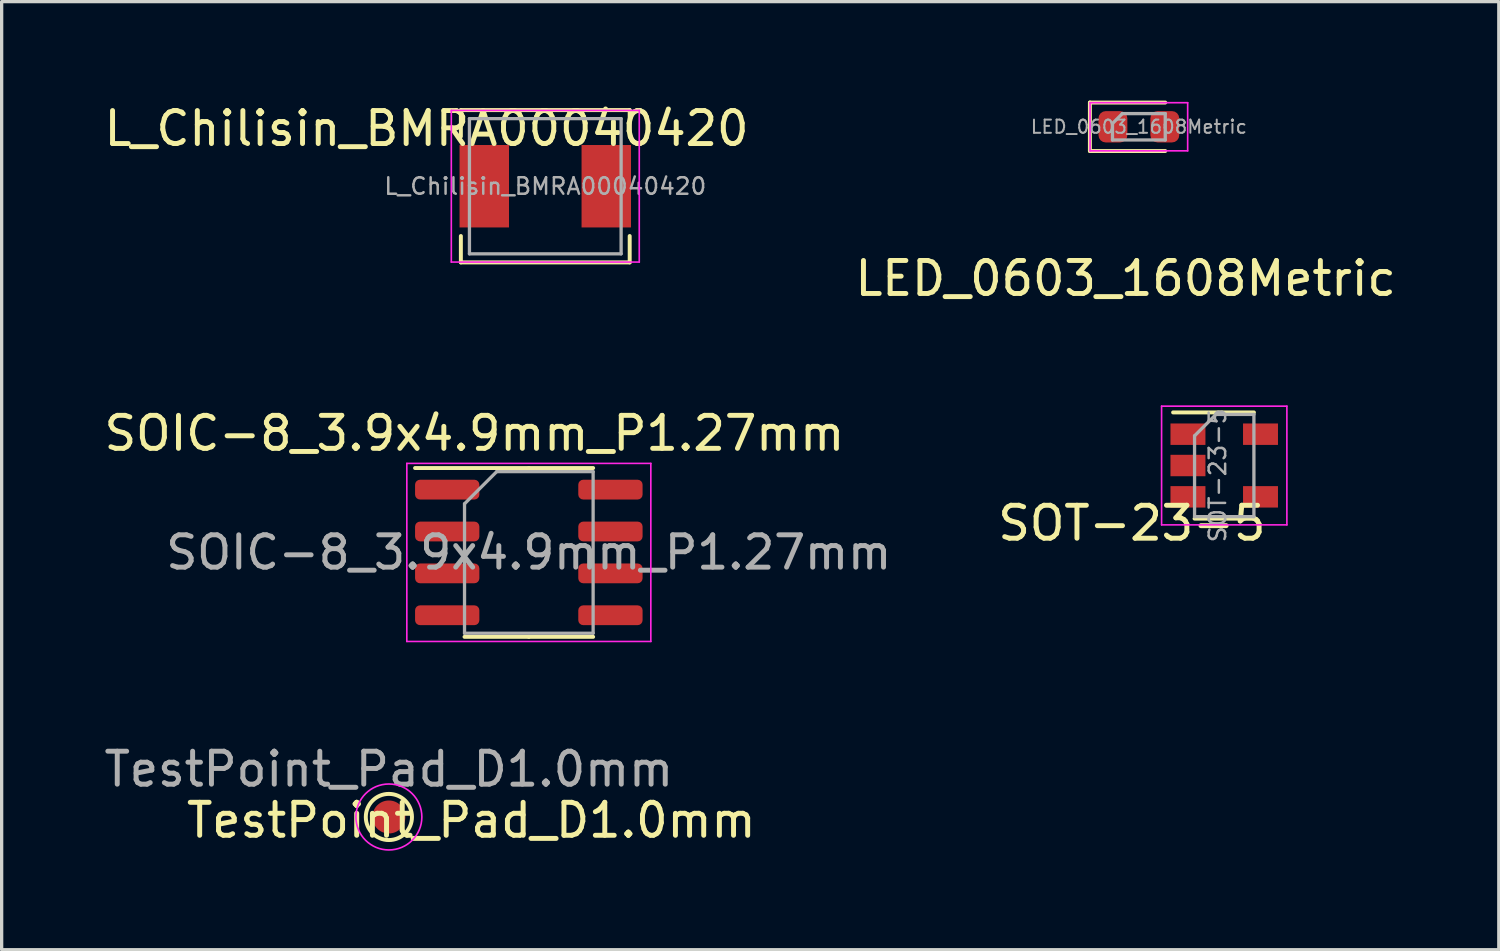
<source format=kicad_pcb>
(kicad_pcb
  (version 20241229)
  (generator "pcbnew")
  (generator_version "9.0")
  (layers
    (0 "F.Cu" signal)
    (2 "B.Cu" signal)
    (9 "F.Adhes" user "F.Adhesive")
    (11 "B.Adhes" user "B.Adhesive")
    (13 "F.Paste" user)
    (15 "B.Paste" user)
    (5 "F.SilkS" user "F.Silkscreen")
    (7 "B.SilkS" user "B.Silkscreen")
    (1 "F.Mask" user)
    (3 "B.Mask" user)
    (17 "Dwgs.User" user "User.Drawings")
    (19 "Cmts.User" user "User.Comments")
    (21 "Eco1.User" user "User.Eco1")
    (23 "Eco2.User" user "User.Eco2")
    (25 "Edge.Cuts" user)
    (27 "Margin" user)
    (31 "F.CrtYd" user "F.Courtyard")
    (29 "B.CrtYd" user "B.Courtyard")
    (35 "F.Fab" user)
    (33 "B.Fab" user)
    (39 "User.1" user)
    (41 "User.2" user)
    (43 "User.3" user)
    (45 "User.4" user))
  (footprint "LED_0603_1608Metric"
    (layer "F.Cu")
    (at 31.489 0.795)
    (property "Reference" "LED_0603_1608Metric" (at -0.4 4.6 0) (layer "F.SilkS") (effects (font (size 1 1) (thickness 0.15))))
    (attr smd)
    (fp_line (start -1.485 -0.735) (end -1.485 0.735) (stroke (width 0.12) (type solid)) (layer "F.SilkS"))
    (fp_line (start -1.485 0.735) (end 0.8 0.735) (stroke (width 0.12) (type solid)) (layer "F.SilkS"))
    (fp_line (start 0.8 -0.735) (end -1.485 -0.735) (stroke (width 0.12) (type solid)) (layer "F.SilkS"))
    (fp_line (start -1.48 -0.73) (end 1.48 -0.73) (stroke (width 0.05) (type solid)) (layer "F.CrtYd"))
    (fp_line (start -1.48 0.73) (end -1.48 -0.73) (stroke (width 0.05) (type solid)) (layer "F.CrtYd"))
    (fp_line (start 1.48 -0.73) (end 1.48 0.73) (stroke (width 0.05) (type solid)) (layer "F.CrtYd"))
    (fp_line (start 1.48 0.73) (end -1.48 0.73) (stroke (width 0.05) (type solid)) (layer "F.CrtYd"))
    (fp_line (start -0.8 -0.1) (end -0.8 0.4) (stroke (width 0.1) (type solid)) (layer "F.Fab"))
    (fp_line (start -0.8 0.4) (end 0.8 0.4) (stroke (width 0.1) (type solid)) (layer "F.Fab"))
    (fp_line (start -0.5 -0.4) (end -0.8 -0.1) (stroke (width 0.1) (type solid)) (layer "F.Fab"))
    (fp_line (start 0.8 -0.4) (end -0.5 -0.4) (stroke (width 0.1) (type solid)) (layer "F.Fab"))
    (fp_line (start 0.8 0.4) (end 0.8 -0.4) (stroke (width 0.1) (type solid)) (layer "F.Fab"))
    (fp_text user "${REFERENCE}" (at 0 0 0) (layer "F.Fab") (effects (font (size 0.4 0.4) (thickness 0.06))))
    (pad "1" smd roundrect (at -0.787 0) (size 0.875 0.95) (layers "F.Cu" "F.Mask" "F.Paste") (roundrect_rratio 0.25))
    (pad "2" smd roundrect (at 0.787 0) (size 0.875 0.95) (layers "F.Cu" "F.Mask" "F.Paste") (roundrect_rratio 0.25)))
  (footprint "SOIC-8_3.9x4.9mm_P1.27mm"
    (layer "F.Cu")
    (at 12.988 13.704)
    (property "Reference" "SOIC-8_3.9x4.9mm_P1.27mm" (at -1.649 -3.612 0) (layer "F.SilkS") (effects (font (size 1 1) (thickness 0.15))))
    (attr smd)
    (fp_line (start 0 -2.56) (end -3.45 -2.56) (stroke (width 0.12) (type solid)) (layer "F.SilkS"))
    (fp_line (start 0 -2.56) (end 1.95 -2.56) (stroke (width 0.12) (type solid)) (layer "F.SilkS"))
    (fp_line (start 0 2.56) (end -1.95 2.56) (stroke (width 0.12) (type solid)) (layer "F.SilkS"))
    (fp_line (start 0 2.56) (end 1.95 2.56) (stroke (width 0.12) (type solid)) (layer "F.SilkS"))
    (fp_line (start -3.7 -2.7) (end -3.7 2.7) (stroke (width 0.05) (type solid)) (layer "F.CrtYd"))
    (fp_line (start -3.7 2.7) (end 3.7 2.7) (stroke (width 0.05) (type solid)) (layer "F.CrtYd"))
    (fp_line (start 3.7 -2.7) (end -3.7 -2.7) (stroke (width 0.05) (type solid)) (layer "F.CrtYd"))
    (fp_line (start 3.7 2.7) (end 3.7 -2.7) (stroke (width 0.05) (type solid)) (layer "F.CrtYd"))
    (fp_line (start -1.95 -1.475) (end -0.975 -2.45) (stroke (width 0.1) (type solid)) (layer "F.Fab"))
    (fp_line (start -1.95 2.45) (end -1.95 -1.475) (stroke (width 0.1) (type solid)) (layer "F.Fab"))
    (fp_line (start -0.975 -2.45) (end 1.95 -2.45) (stroke (width 0.1) (type solid)) (layer "F.Fab"))
    (fp_line (start 1.95 -2.45) (end 1.95 2.45) (stroke (width 0.1) (type solid)) (layer "F.Fab"))
    (fp_line (start 1.95 2.45) (end -1.95 2.45) (stroke (width 0.1) (type solid)) (layer "F.Fab"))
    (fp_text user "${REFERENCE}" (at 0 0 0) (layer "F.Fab") (effects (font (size 0.98 0.98) (thickness 0.15))))
    (pad "1" smd roundrect (at -2.475 -1.905) (size 1.95 0.6) (layers "F.Cu" "F.Mask" "F.Paste") (roundrect_rratio 0.25))
    (pad "2" smd roundrect (at -2.475 -0.635) (size 1.95 0.6) (layers "F.Cu" "F.Mask" "F.Paste") (roundrect_rratio 0.25))
    (pad "3" smd roundrect (at -2.475 0.635) (size 1.95 0.6) (layers "F.Cu" "F.Mask" "F.Paste") (roundrect_rratio 0.25))
    (pad "4" smd roundrect (at -2.475 1.905) (size 1.95 0.6) (layers "F.Cu" "F.Mask" "F.Paste") (roundrect_rratio 0.25))
    (pad "5" smd roundrect (at 2.475 1.905) (size 1.95 0.6) (layers "F.Cu" "F.Mask" "F.Paste") (roundrect_rratio 0.25))
    (pad "6" smd roundrect (at 2.475 0.635) (size 1.95 0.6) (layers "F.Cu" "F.Mask" "F.Paste") (roundrect_rratio 0.25))
    (pad "7" smd roundrect (at 2.475 -0.635) (size 1.95 0.6) (layers "F.Cu" "F.Mask" "F.Paste") (roundrect_rratio 0.25))
    (pad "8" smd roundrect (at 2.475 -1.905) (size 1.95 0.6) (layers "F.Cu" "F.Mask" "F.Paste") (roundrect_rratio 0.25)))
  (footprint "SOT-23-5"
    (layer "F.Cu")
    (at 34.078 11.068)
    (property "Reference" "SOT-23-5" (at -2.8 1.75 180) (layer "F.SilkS") (effects (font (size 1 1) (thickness 0.15))))
    (attr smd)
    (fp_line (start -0.9 1.61) (end 0.9 1.61) (stroke (width 0.12) (type solid)) (layer "F.SilkS"))
    (fp_line (start 0.9 -1.61) (end -1.55 -1.61) (stroke (width 0.12) (type solid)) (layer "F.SilkS"))
    (fp_line (start -1.9 -1.8) (end 1.9 -1.8) (stroke (width 0.05) (type solid)) (layer "F.CrtYd"))
    (fp_line (start -1.9 1.8) (end -1.9 -1.8) (stroke (width 0.05) (type solid)) (layer "F.CrtYd"))
    (fp_line (start 1.9 -1.8) (end 1.9 1.8) (stroke (width 0.05) (type solid)) (layer "F.CrtYd"))
    (fp_line (start 1.9 1.8) (end -1.9 1.8) (stroke (width 0.05) (type solid)) (layer "F.CrtYd"))
    (fp_line (start -0.9 -0.9) (end -0.9 1.55) (stroke (width 0.1) (type solid)) (layer "F.Fab"))
    (fp_line (start -0.9 -0.9) (end -0.25 -1.55) (stroke (width 0.1) (type solid)) (layer "F.Fab"))
    (fp_line (start 0.9 -1.55) (end -0.25 -1.55) (stroke (width 0.1) (type solid)) (layer "F.Fab"))
    (fp_line (start 0.9 -1.55) (end 0.9 1.55) (stroke (width 0.1) (type solid)) (layer "F.Fab"))
    (fp_line (start 0.9 1.55) (end -0.9 1.55) (stroke (width 0.1) (type solid)) (layer "F.Fab"))
    (fp_text user "${REFERENCE}" (at -0.2 0.3 270) (layer "F.Fab") (effects (font (size 0.5 0.5) (thickness 0.075))))
    (pad "1" smd rect (at -1.1 -0.95) (size 1.06 0.65) (layers "F.Cu" "F.Mask" "F.Paste"))
    (pad "2" smd rect (at -1.1 0) (size 1.06 0.65) (layers "F.Cu" "F.Mask" "F.Paste"))
    (pad "3" smd rect (at -1.1 0.95) (size 1.06 0.65) (layers "F.Cu" "F.Mask" "F.Paste"))
    (pad "4" smd rect (at 1.1 0.95) (size 1.06 0.65) (layers "F.Cu" "F.Mask" "F.Paste"))
    (pad "5" smd rect (at 1.1 -0.95) (size 1.06 0.65) (layers "F.Cu" "F.Mask" "F.Paste")))
  (footprint "TestPoint_Pad_D1.0mm"
    (layer "F.Cu")
    (at 8.744 21.727)
    (property "Reference" "TestPoint_Pad_D1.0mm" (at 2.5 0.1 0) (layer "F.SilkS") (effects (font (size 1 1) (thickness 0.15))))
    (attr exclude_from_pos_files)
    (fp_circle (center 0 0) (end 0 0.7) (stroke (width 0.12) (type solid)) (fill no) (layer "F.SilkS"))
    (fp_circle (center 0 0) (end 1 0) (stroke (width 0.05) (type solid)) (fill no) (layer "F.CrtYd"))
    (fp_text user "${REFERENCE}" (at 0 -1.45 0) (layer "F.Fab") (effects (font (size 1 1) (thickness 0.15))))
    (pad "1" smd circle (at 0 0) (size 1 1) (layers "F.Cu" "F.Mask")))
  (footprint "L_Chilisin_BMRA00040420"
    (layer "F.Cu")
    (at 13.487 2.598)
    (property "Reference" "L_Chilisin_BMRA00040420" (at -3.6 -1.75 0) (layer "F.SilkS") (effects (font (size 1 1) (thickness 0.15))))
    (attr smd)
    (fp_line (start -2.56 -2.31) (end -2.56 -1.51) (stroke (width 0.12) (type solid)) (layer "F.SilkS"))
    (fp_line (start -2.56 -2.31) (end 2.56 -2.31) (stroke (width 0.12) (type solid)) (layer "F.SilkS"))
    (fp_line (start -2.56 2.31) (end -2.56 1.51) (stroke (width 0.12) (type solid)) (layer "F.SilkS"))
    (fp_line (start -2.56 2.31) (end 2.56 2.31) (stroke (width 0.12) (type solid)) (layer "F.SilkS"))
    (fp_line (start 2.56 -2.31) (end 2.56 -1.51) (stroke (width 0.12) (type solid)) (layer "F.SilkS"))
    (fp_line (start 2.56 2.31) (end 2.56 1.51) (stroke (width 0.12) (type solid)) (layer "F.SilkS"))
    (fp_line (start -2.85 -2.3) (end -2.85 2.3) (stroke (width 0.05) (type solid)) (layer "F.CrtYd"))
    (fp_line (start -2.85 2.3) (end 2.85 2.3) (stroke (width 0.05) (type solid)) (layer "F.CrtYd"))
    (fp_line (start 2.85 -2.3) (end -2.85 -2.3) (stroke (width 0.05) (type solid)) (layer "F.CrtYd"))
    (fp_line (start 2.85 2.3) (end 2.85 -2.3) (stroke (width 0.05) (type solid)) (layer "F.CrtYd"))
    (fp_line (start -2.3 -2.05) (end -2.3 2.05) (stroke (width 0.1) (type solid)) (layer "F.Fab"))
    (fp_line (start -2.3 2.05) (end 2.3 2.05) (stroke (width 0.1) (type solid)) (layer "F.Fab"))
    (fp_line (start 2.3 -2.05) (end -2.3 -2.05) (stroke (width 0.1) (type solid)) (layer "F.Fab"))
    (fp_line (start 2.3 2.05) (end 2.3 -2.05) (stroke (width 0.1) (type solid)) (layer "F.Fab"))
    (fp_text user "${REFERENCE}" (at 0 0 0) (layer "F.Fab") (effects (font (size 0.5 0.5) (thickness 0.075))))
    (pad "1" smd rect (at -1.85 0) (size 1.5 2.5) (layers "F.Cu" "F.Mask" "F.Paste"))
    (pad "2" smd rect (at 1.85 0) (size 1.5 2.5) (layers "F.Cu" "F.Mask" "F.Paste")))
  (gr_rect
    (start -3 -3)
    (end 42.405 25.752)
    (stroke (width 0.1) (type default))
    (fill no)
    (layer "Edge.Cuts")))
</source>
